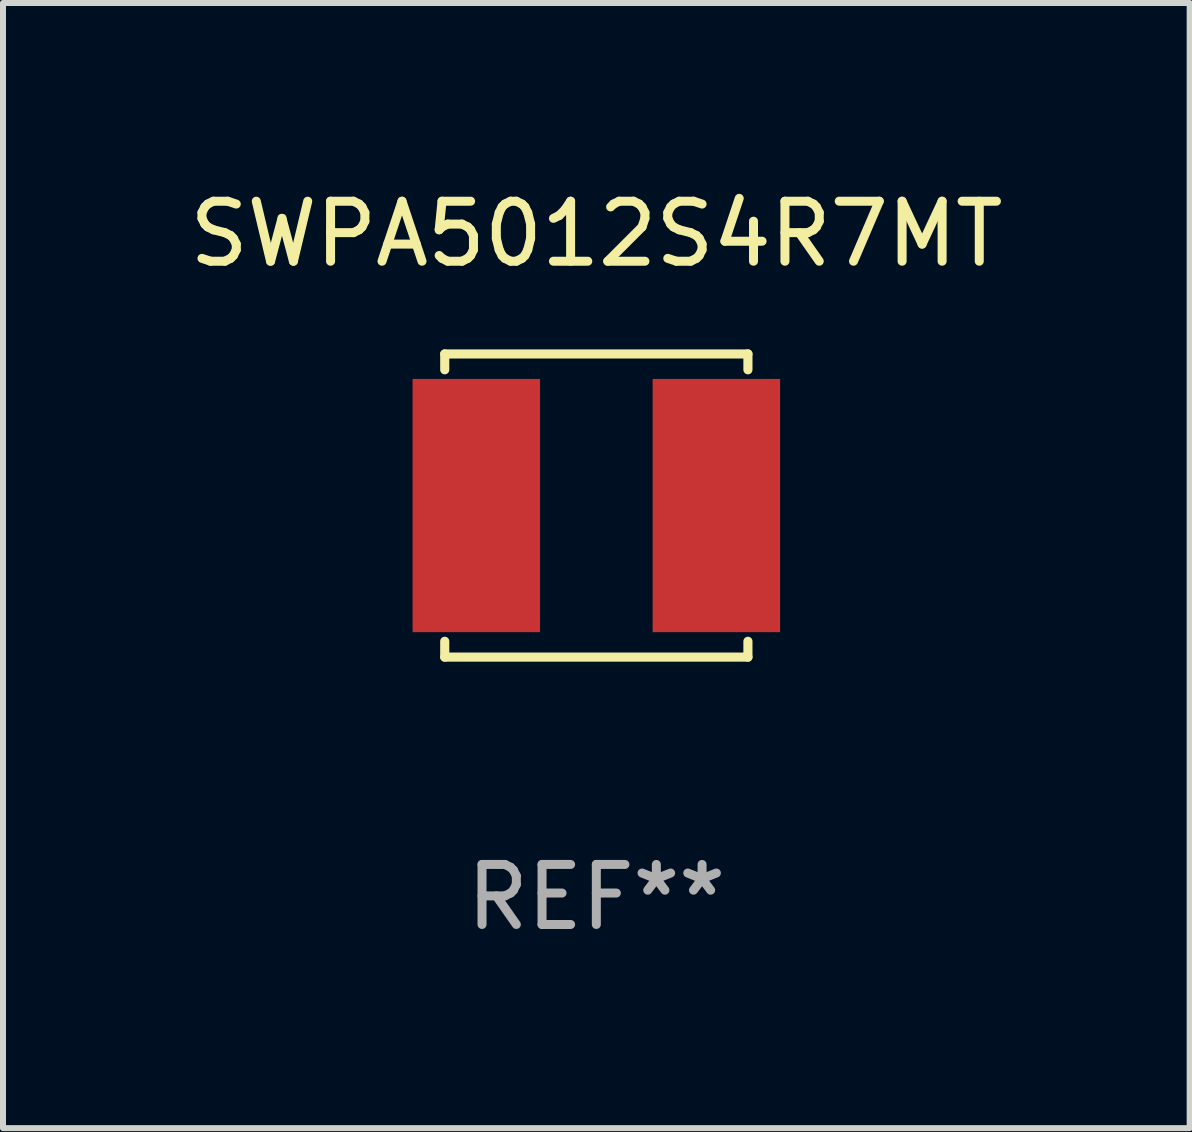
<source format=kicad_pcb>
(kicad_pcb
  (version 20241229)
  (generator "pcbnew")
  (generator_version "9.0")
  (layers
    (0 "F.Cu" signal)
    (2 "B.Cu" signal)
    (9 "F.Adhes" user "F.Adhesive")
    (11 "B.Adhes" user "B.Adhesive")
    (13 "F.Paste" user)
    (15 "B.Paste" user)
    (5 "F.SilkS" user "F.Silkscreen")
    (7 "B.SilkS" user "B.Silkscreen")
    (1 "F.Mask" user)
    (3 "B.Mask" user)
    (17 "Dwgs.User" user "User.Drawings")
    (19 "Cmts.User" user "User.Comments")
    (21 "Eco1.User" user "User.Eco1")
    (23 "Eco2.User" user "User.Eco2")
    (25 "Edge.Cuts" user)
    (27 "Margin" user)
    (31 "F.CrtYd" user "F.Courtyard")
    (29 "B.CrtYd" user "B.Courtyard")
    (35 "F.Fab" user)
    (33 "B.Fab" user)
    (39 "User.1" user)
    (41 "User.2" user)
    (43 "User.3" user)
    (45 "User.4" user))
  (footprint "SWPA5012S4R7MT"
    (layer "F.Cu")
    (at 6.887 5.374)
    (property "Reference" "SWPA5012S4R7MT" (at 0 -4.526 0) (layer "F.SilkS") (effects (font (size 1 1) (thickness 0.15))))
    (attr through_hole)
    (fp_line (start -2.526 -2.526) (end 2.526 -2.526) (stroke (width 0.152) (type solid)) (layer "F.SilkS"))
    (fp_line (start -2.526 -2.262) (end -2.526 -2.526) (stroke (width 0.152) (type solid)) (layer "F.SilkS"))
    (fp_line (start -2.526 2.262) (end -2.526 2.526) (stroke (width 0.152) (type solid)) (layer "F.SilkS"))
    (fp_line (start -2.526 2.526) (end 2.526 2.526) (stroke (width 0.152) (type solid)) (layer "F.SilkS"))
    (fp_line (start 2.526 -2.526) (end 2.526 -2.262) (stroke (width 0.152) (type solid)) (layer "F.SilkS"))
    (fp_line (start 2.526 2.526) (end 2.526 2.262) (stroke (width 0.152) (type solid)) (layer "F.SilkS"))
    (fp_circle (center 2.5 -2.5) (end 2.53 -2.5) (stroke (width 0.06) (type solid)) (fill no) (layer "F.SilkS"))
    (fp_text user "REF**" (at 0 6.526 0) (layer "F.Fab") (effects (font (size 1 1) (thickness 0.15))))
    (pad "1" smd rect (at 2 0) (size 2.124 4.22) (layers "F.Cu" "F.Mask" "F.Paste"))
    (pad "2" smd rect (at -2 0) (size 2.124 4.22) (layers "F.Cu" "F.Mask" "F.Paste")))
  (gr_rect
    (start -3 -3)
    (end 16.774 15.749)
    (stroke (width 0.1) (type default))
    (fill no)
    (layer "Edge.Cuts")))
</source>
